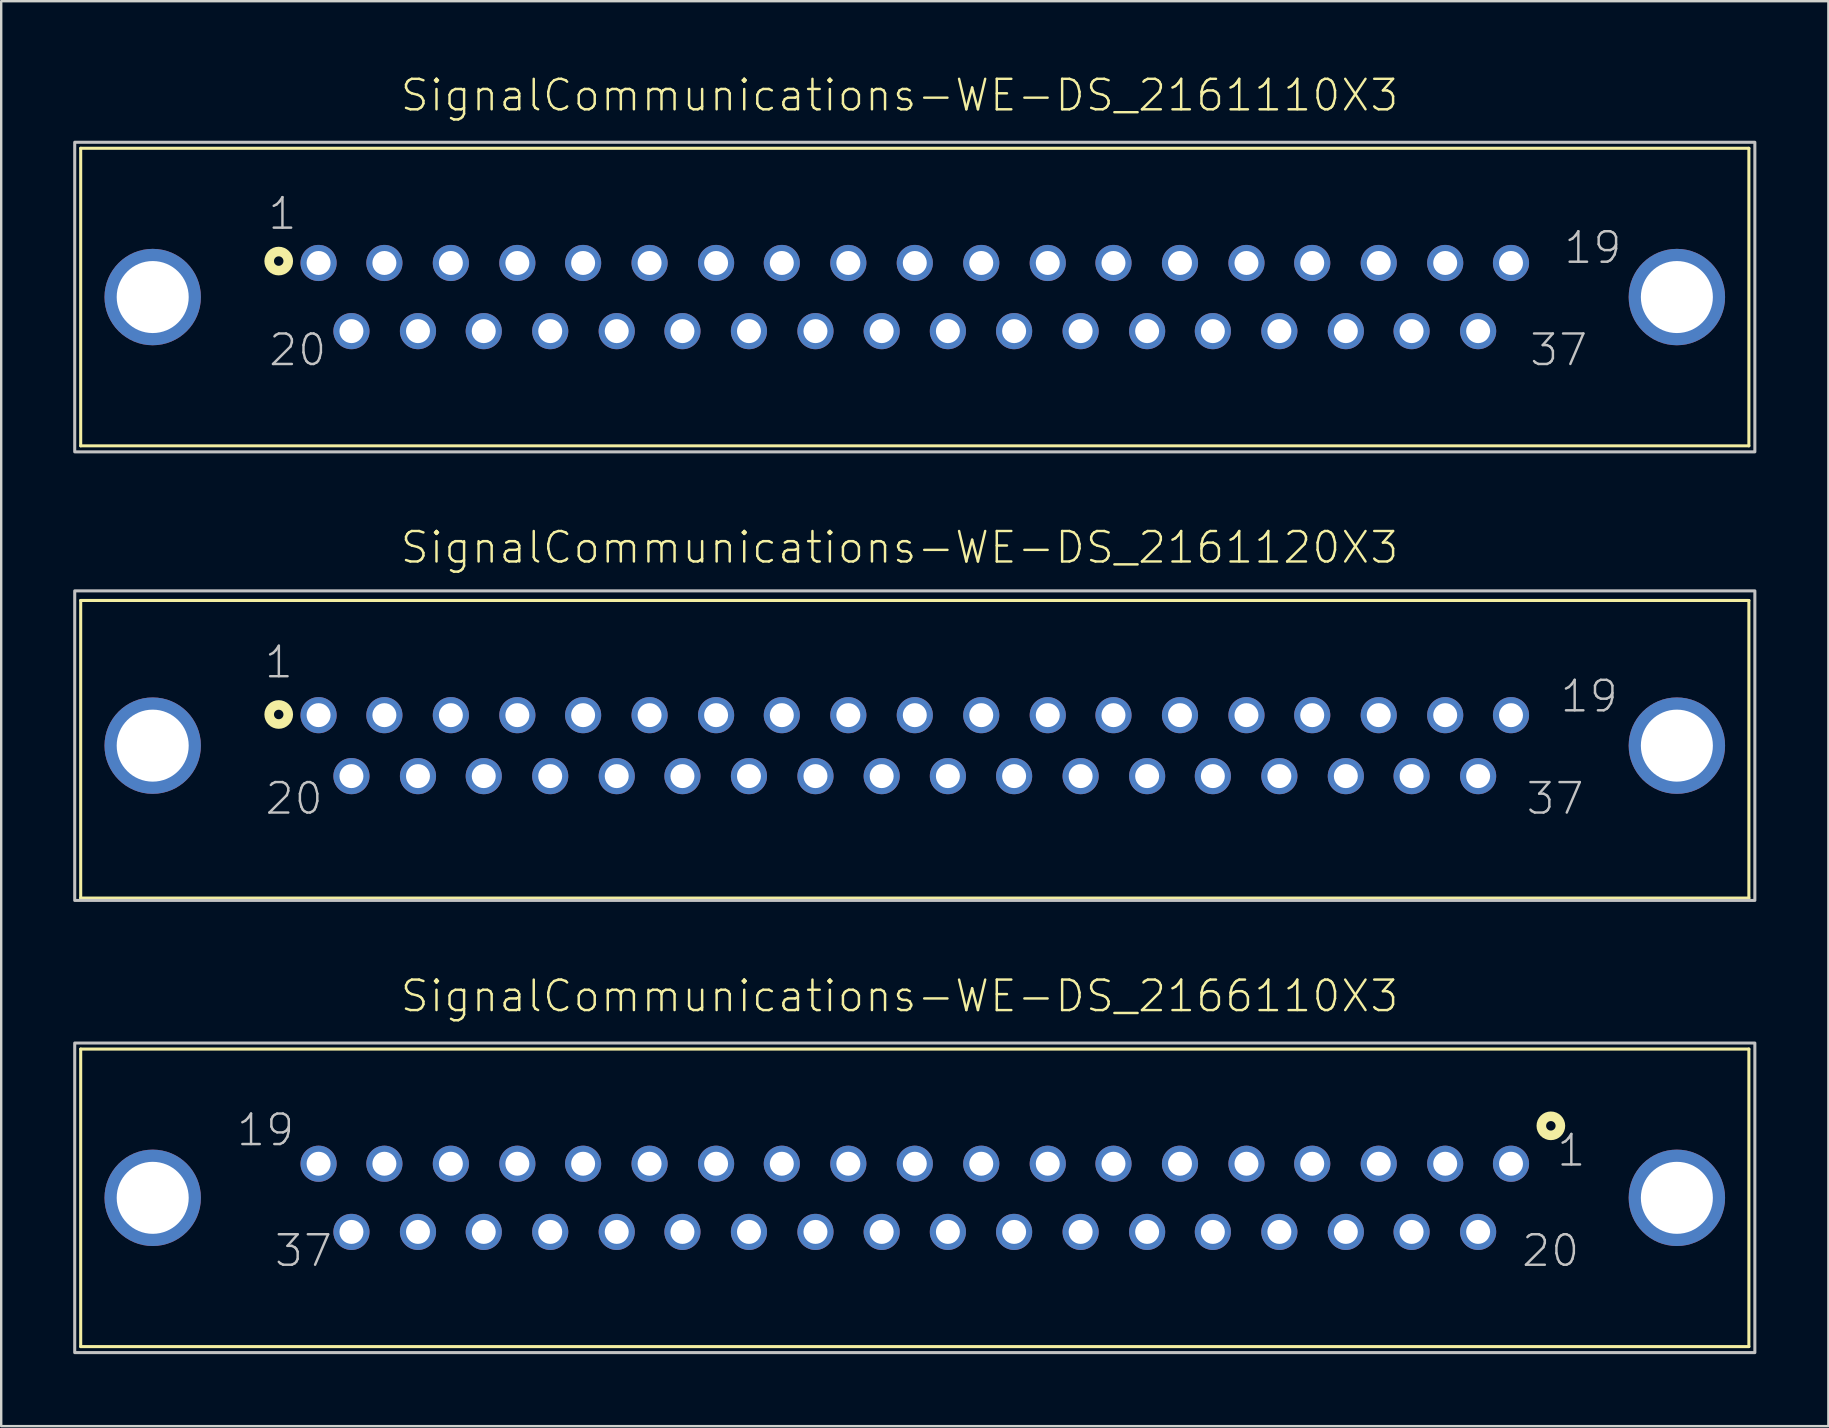
<source format=kicad_pcb>
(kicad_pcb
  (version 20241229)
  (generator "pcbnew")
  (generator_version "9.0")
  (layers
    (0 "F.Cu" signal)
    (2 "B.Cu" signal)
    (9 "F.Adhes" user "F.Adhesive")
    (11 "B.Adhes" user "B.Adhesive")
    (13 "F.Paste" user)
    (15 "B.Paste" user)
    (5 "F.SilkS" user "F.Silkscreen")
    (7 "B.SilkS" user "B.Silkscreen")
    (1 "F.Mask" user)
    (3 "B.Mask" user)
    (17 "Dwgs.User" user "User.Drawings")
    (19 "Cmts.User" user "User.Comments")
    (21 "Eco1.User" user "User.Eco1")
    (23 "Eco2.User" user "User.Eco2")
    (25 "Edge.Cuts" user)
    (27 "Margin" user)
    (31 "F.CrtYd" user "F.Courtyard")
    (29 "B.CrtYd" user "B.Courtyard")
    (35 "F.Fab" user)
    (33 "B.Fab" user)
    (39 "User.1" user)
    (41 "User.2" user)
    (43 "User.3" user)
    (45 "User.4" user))
  (footprint "SignalCommunications-WE-DS_2161120X3"
    (layer "F.Cu")
    (at 35.062 28.015)
    (property "Reference" "SignalCommunications-WE-DS_2161120X3" (at -0.635 -8.255 0) (layer "F.SilkS") (effects (font (size 1.27 1.27) (thickness 0.102))))
    (attr exclude_from_pos_files exclude_from_bom)
    (fp_line (start -34.75 -6.048) (end -34.75 6.35) (stroke (width 0.127) (type solid)) (layer "F.SilkS"))
    (fp_line (start -34.75 -6.048) (end 34.75 -6.048) (stroke (width 0.127) (type solid)) (layer "F.SilkS"))
    (fp_line (start -34.75 6.35) (end 34.75 6.35) (stroke (width 0.127) (type solid)) (layer "F.SilkS"))
    (fp_line (start 34.75 -6.048) (end 34.75 6.35) (stroke (width 0.127) (type solid)) (layer "F.SilkS"))
    (fp_circle (center -26.5 -1.298) (end -26.5 -1.496) (stroke (width 0.399) (type solid)) (fill no) (layer "F.SilkS"))
    (fp_poly (pts (xy -34.999 -6.449) (xy 34.999 -6.449) (xy 34.999 6.449) (xy -34.999 6.449) (xy -34.999 -6.449)) (stroke (width 0.127) (type solid)) (fill no) (layer "Dwgs.User"))
    (fp_text user "1" (at -26.495 -3.475 0) (layer "Dwgs.User") (effects (font (size 1.27 1.27) (thickness 0.102))))
    (fp_text user "19" (at 28.097 -2.055 0) (layer "Dwgs.User") (effects (font (size 1.27 1.27) (thickness 0.102))))
    (fp_text user "20" (at -25.86 2.205 0) (layer "Dwgs.User") (effects (font (size 1.27 1.27) (thickness 0.102))))
    (fp_text user "37" (at 26.678 2.205 0) (layer "Dwgs.User") (effects (font (size 1.27 1.27) (thickness 0.102))))
    (pad "1" thru_hole circle (at -24.839 -1.27) (size 1.506 1.506) (drill 0.998) (layers "*.Cu" "*.Paste" "*.Mask"))
    (pad "2" thru_hole circle (at -22.098 -1.27) (size 1.506 1.506) (drill 0.998) (layers "*.Cu" "*.Paste" "*.Mask"))
    (pad "3" thru_hole circle (at -19.329 -1.27) (size 1.506 1.506) (drill 0.998) (layers "*.Cu" "*.Paste" "*.Mask"))
    (pad "4" thru_hole circle (at -16.558 -1.27) (size 1.506 1.506) (drill 0.998) (layers "*.Cu" "*.Paste" "*.Mask"))
    (pad "5" thru_hole circle (at -13.818 -1.27) (size 1.506 1.506) (drill 0.998) (layers "*.Cu" "*.Paste" "*.Mask"))
    (pad "6" thru_hole circle (at -11.049 -1.27) (size 1.506 1.506) (drill 0.998) (layers "*.Cu" "*.Paste" "*.Mask"))
    (pad "7" thru_hole circle (at -8.278 -1.27) (size 1.506 1.506) (drill 0.998) (layers "*.Cu" "*.Paste" "*.Mask"))
    (pad "8" thru_hole circle (at -5.54 -1.27) (size 1.506 1.506) (drill 0.998) (layers "*.Cu" "*.Paste" "*.Mask"))
    (pad "9" thru_hole circle (at -2.769 -1.27) (size 1.506 1.506) (drill 0.998) (layers "*.Cu" "*.Paste" "*.Mask"))
    (pad "10" thru_hole circle (at 0 -1.27) (size 1.506 1.506) (drill 0.998) (layers "*.Cu" "*.Paste" "*.Mask"))
    (pad "11" thru_hole circle (at 2.769 -1.27) (size 1.506 1.506) (drill 0.998) (layers "*.Cu" "*.Paste" "*.Mask"))
    (pad "12" thru_hole circle (at 5.54 -1.27) (size 1.506 1.506) (drill 0.998) (layers "*.Cu" "*.Paste" "*.Mask"))
    (pad "13" thru_hole circle (at 8.278 -1.27) (size 1.506 1.506) (drill 0.998) (layers "*.Cu" "*.Paste" "*.Mask"))
    (pad "14" thru_hole circle (at 11.049 -1.27) (size 1.506 1.506) (drill 0.998) (layers "*.Cu" "*.Paste" "*.Mask"))
    (pad "15" thru_hole circle (at 13.818 -1.27) (size 1.506 1.506) (drill 0.998) (layers "*.Cu" "*.Paste" "*.Mask"))
    (pad "16" thru_hole circle (at 16.558 -1.27) (size 1.506 1.506) (drill 0.998) (layers "*.Cu" "*.Paste" "*.Mask"))
    (pad "17" thru_hole circle (at 19.329 -1.27) (size 1.506 1.506) (drill 0.998) (layers "*.Cu" "*.Paste" "*.Mask"))
    (pad "18" thru_hole circle (at 22.098 -1.27) (size 1.506 1.506) (drill 0.998) (layers "*.Cu" "*.Paste" "*.Mask"))
    (pad "19" thru_hole circle (at 24.839 -1.27) (size 1.506 1.506) (drill 0.998) (layers "*.Cu" "*.Paste" "*.Mask"))
    (pad "20" thru_hole circle (at -23.47 1.27) (size 1.506 1.506) (drill 0.998) (layers "*.Cu" "*.Paste" "*.Mask"))
    (pad "21" thru_hole circle (at -20.698 1.27) (size 1.506 1.506) (drill 0.998) (layers "*.Cu" "*.Paste" "*.Mask"))
    (pad "22" thru_hole circle (at -17.958 1.27) (size 1.506 1.506) (drill 0.998) (layers "*.Cu" "*.Paste" "*.Mask"))
    (pad "23" thru_hole circle (at -15.189 1.27) (size 1.506 1.506) (drill 0.998) (layers "*.Cu" "*.Paste" "*.Mask"))
    (pad "24" thru_hole circle (at -12.418 1.27) (size 1.506 1.506) (drill 0.998) (layers "*.Cu" "*.Paste" "*.Mask"))
    (pad "25" thru_hole circle (at -9.68 1.27) (size 1.506 1.506) (drill 0.998) (layers "*.Cu" "*.Paste" "*.Mask"))
    (pad "26" thru_hole circle (at -6.909 1.27) (size 1.506 1.506) (drill 0.998) (layers "*.Cu" "*.Paste" "*.Mask"))
    (pad "27" thru_hole circle (at -4.138 1.27) (size 1.506 1.506) (drill 0.998) (layers "*.Cu" "*.Paste" "*.Mask"))
    (pad "28" thru_hole circle (at -1.379 1.27) (size 1.506 1.506) (drill 0.998) (layers "*.Cu" "*.Paste" "*.Mask"))
    (pad "29" thru_hole circle (at 1.379 1.27) (size 1.506 1.506) (drill 0.998) (layers "*.Cu" "*.Paste" "*.Mask"))
    (pad "30" thru_hole circle (at 4.138 1.27) (size 1.506 1.506) (drill 0.998) (layers "*.Cu" "*.Paste" "*.Mask"))
    (pad "31" thru_hole circle (at 6.909 1.27) (size 1.506 1.506) (drill 0.998) (layers "*.Cu" "*.Paste" "*.Mask"))
    (pad "32" thru_hole circle (at 9.68 1.27) (size 1.506 1.506) (drill 0.998) (layers "*.Cu" "*.Paste" "*.Mask"))
    (pad "33" thru_hole circle (at 12.418 1.27) (size 1.506 1.506) (drill 0.998) (layers "*.Cu" "*.Paste" "*.Mask"))
    (pad "34" thru_hole circle (at 15.189 1.27) (size 1.506 1.506) (drill 0.998) (layers "*.Cu" "*.Paste" "*.Mask"))
    (pad "35" thru_hole circle (at 17.958 1.27) (size 1.506 1.506) (drill 0.998) (layers "*.Cu" "*.Paste" "*.Mask"))
    (pad "36" thru_hole circle (at 20.698 1.27) (size 1.506 1.506) (drill 0.998) (layers "*.Cu" "*.Paste" "*.Mask"))
    (pad "37" thru_hole circle (at 23.47 1.27) (size 1.506 1.506) (drill 0.998) (layers "*.Cu" "*.Paste" "*.Mask"))
    (pad "GND1" thru_hole circle (at -31.75 0) (size 4.016 4.016) (drill 3) (layers "*.Cu" "*.Paste" "*.Mask"))
    (pad "GND2" thru_hole circle (at 31.75 0) (size 4.016 4.016) (drill 3) (layers "*.Cu" "*.Paste" "*.Mask")))
  (footprint "SignalCommunications-WE-DS_2161110X3"
    (layer "F.Cu")
    (at 35.062 9.326)
    (property "Reference" "SignalCommunications-WE-DS_2161110X3" (at -0.635 -8.405 0) (layer "F.SilkS") (effects (font (size 1.27 1.27) (thickness 0.102))))
    (attr exclude_from_pos_files exclude_from_bom)
    (fp_line (start -34.75 -6.198) (end -34.75 6.198) (stroke (width 0.127) (type solid)) (layer "F.SilkS"))
    (fp_line (start -34.75 -6.198) (end 34.75 -6.198) (stroke (width 0.127) (type solid)) (layer "F.SilkS"))
    (fp_line (start -34.75 6.198) (end 34.75 6.198) (stroke (width 0.127) (type solid)) (layer "F.SilkS"))
    (fp_line (start 34.75 -6.198) (end 34.75 6.198) (stroke (width 0.127) (type solid)) (layer "F.SilkS"))
    (fp_circle (center -26.5 -1.499) (end -26.5 -1.697) (stroke (width 0.399) (type solid)) (fill no) (layer "F.SilkS"))
    (fp_poly (pts (xy -34.999 -6.449) (xy 34.999 -6.449) (xy 34.999 6.449) (xy -34.999 6.449) (xy -34.999 -6.449)) (stroke (width 0.127) (type solid)) (fill no) (layer "Dwgs.User"))
    (fp_text user "19" (at 28.25 -2.055 0) (layer "Dwgs.User") (effects (font (size 1.27 1.27) (thickness 0.102))))
    (fp_text user "1" (at -26.345 -3.475 0) (layer "Dwgs.User") (effects (font (size 1.27 1.27) (thickness 0.102))))
    (fp_text user "20" (at -25.71 2.205 0) (layer "Dwgs.User") (effects (font (size 1.27 1.27) (thickness 0.102))))
    (fp_text user "37" (at 26.827 2.205 0) (layer "Dwgs.User") (effects (font (size 1.27 1.27) (thickness 0.102))))
    (pad "1" thru_hole circle (at -24.839 -1.42) (size 1.506 1.506) (drill 0.998) (layers "*.Cu" "*.Paste" "*.Mask"))
    (pad "2" thru_hole circle (at -22.098 -1.42) (size 1.506 1.506) (drill 0.998) (layers "*.Cu" "*.Paste" "*.Mask"))
    (pad "3" thru_hole circle (at -19.329 -1.42) (size 1.506 1.506) (drill 0.998) (layers "*.Cu" "*.Paste" "*.Mask"))
    (pad "4" thru_hole circle (at -16.558 -1.42) (size 1.506 1.506) (drill 0.998) (layers "*.Cu" "*.Paste" "*.Mask"))
    (pad "5" thru_hole circle (at -13.818 -1.42) (size 1.506 1.506) (drill 0.998) (layers "*.Cu" "*.Paste" "*.Mask"))
    (pad "6" thru_hole circle (at -11.049 -1.42) (size 1.506 1.506) (drill 0.998) (layers "*.Cu" "*.Paste" "*.Mask"))
    (pad "7" thru_hole circle (at -8.278 -1.42) (size 1.506 1.506) (drill 0.998) (layers "*.Cu" "*.Paste" "*.Mask"))
    (pad "8" thru_hole circle (at -5.54 -1.42) (size 1.506 1.506) (drill 0.998) (layers "*.Cu" "*.Paste" "*.Mask"))
    (pad "9" thru_hole circle (at -2.769 -1.42) (size 1.506 1.506) (drill 0.998) (layers "*.Cu" "*.Paste" "*.Mask"))
    (pad "10" thru_hole circle (at 0 -1.42) (size 1.506 1.506) (drill 0.998) (layers "*.Cu" "*.Paste" "*.Mask"))
    (pad "11" thru_hole circle (at 2.769 -1.42) (size 1.506 1.506) (drill 0.998) (layers "*.Cu" "*.Paste" "*.Mask"))
    (pad "12" thru_hole circle (at 5.54 -1.42) (size 1.506 1.506) (drill 0.998) (layers "*.Cu" "*.Paste" "*.Mask"))
    (pad "13" thru_hole circle (at 8.278 -1.42) (size 1.506 1.506) (drill 0.998) (layers "*.Cu" "*.Paste" "*.Mask"))
    (pad "14" thru_hole circle (at 11.049 -1.42) (size 1.506 1.506) (drill 0.998) (layers "*.Cu" "*.Paste" "*.Mask"))
    (pad "15" thru_hole circle (at 13.818 -1.42) (size 1.506 1.506) (drill 0.998) (layers "*.Cu" "*.Paste" "*.Mask"))
    (pad "16" thru_hole circle (at 16.558 -1.42) (size 1.506 1.506) (drill 0.998) (layers "*.Cu" "*.Paste" "*.Mask"))
    (pad "17" thru_hole circle (at 19.329 -1.42) (size 1.506 1.506) (drill 0.998) (layers "*.Cu" "*.Paste" "*.Mask"))
    (pad "18" thru_hole circle (at 22.098 -1.42) (size 1.506 1.506) (drill 0.998) (layers "*.Cu" "*.Paste" "*.Mask"))
    (pad "19" thru_hole circle (at 24.839 -1.42) (size 1.506 1.506) (drill 0.998) (layers "*.Cu" "*.Paste" "*.Mask"))
    (pad "20" thru_hole circle (at -23.47 1.42) (size 1.506 1.506) (drill 0.998) (layers "*.Cu" "*.Paste" "*.Mask"))
    (pad "21" thru_hole circle (at -20.698 1.42) (size 1.506 1.506) (drill 0.998) (layers "*.Cu" "*.Paste" "*.Mask"))
    (pad "22" thru_hole circle (at -17.958 1.42) (size 1.506 1.506) (drill 0.998) (layers "*.Cu" "*.Paste" "*.Mask"))
    (pad "23" thru_hole circle (at -15.189 1.42) (size 1.506 1.506) (drill 0.998) (layers "*.Cu" "*.Paste" "*.Mask"))
    (pad "24" thru_hole circle (at -12.418 1.42) (size 1.506 1.506) (drill 0.998) (layers "*.Cu" "*.Paste" "*.Mask"))
    (pad "25" thru_hole circle (at -9.68 1.42) (size 1.506 1.506) (drill 0.998) (layers "*.Cu" "*.Paste" "*.Mask"))
    (pad "26" thru_hole circle (at -6.909 1.42) (size 1.506 1.506) (drill 0.998) (layers "*.Cu" "*.Paste" "*.Mask"))
    (pad "27" thru_hole circle (at -4.138 1.42) (size 1.506 1.506) (drill 0.998) (layers "*.Cu" "*.Paste" "*.Mask"))
    (pad "28" thru_hole circle (at -1.379 1.42) (size 1.506 1.506) (drill 0.998) (layers "*.Cu" "*.Paste" "*.Mask"))
    (pad "29" thru_hole circle (at 1.379 1.42) (size 1.506 1.506) (drill 0.998) (layers "*.Cu" "*.Paste" "*.Mask"))
    (pad "30" thru_hole circle (at 4.138 1.42) (size 1.506 1.506) (drill 0.998) (layers "*.Cu" "*.Paste" "*.Mask"))
    (pad "31" thru_hole circle (at 6.909 1.42) (size 1.506 1.506) (drill 0.998) (layers "*.Cu" "*.Paste" "*.Mask"))
    (pad "32" thru_hole circle (at 9.68 1.42) (size 1.506 1.506) (drill 0.998) (layers "*.Cu" "*.Paste" "*.Mask"))
    (pad "33" thru_hole circle (at 12.418 1.42) (size 1.506 1.506) (drill 0.998) (layers "*.Cu" "*.Paste" "*.Mask"))
    (pad "34" thru_hole circle (at 15.189 1.42) (size 1.506 1.506) (drill 0.998) (layers "*.Cu" "*.Paste" "*.Mask"))
    (pad "35" thru_hole circle (at 17.958 1.42) (size 1.506 1.506) (drill 0.998) (layers "*.Cu" "*.Paste" "*.Mask"))
    (pad "36" thru_hole circle (at 20.698 1.42) (size 1.506 1.506) (drill 0.998) (layers "*.Cu" "*.Paste" "*.Mask"))
    (pad "37" thru_hole circle (at 23.47 1.42) (size 1.506 1.506) (drill 0.998) (layers "*.Cu" "*.Paste" "*.Mask"))
    (pad "GND1" thru_hole circle (at -31.75 0) (size 4.016 4.016) (drill 3) (layers "*.Cu" "*.Paste" "*.Mask"))
    (pad "GND2" thru_hole circle (at 31.75 0) (size 4.016 4.016) (drill 3) (layers "*.Cu" "*.Paste" "*.Mask")))
  (footprint "SignalCommunications-WE-DS_2166110X3"
    (layer "F.Cu")
    (at 35.062 46.854)
    (property "Reference" "SignalCommunications-WE-DS_2166110X3" (at -0.635 -8.405 0) (layer "F.SilkS") (effects (font (size 1.27 1.27) (thickness 0.102))))
    (attr exclude_from_pos_files exclude_from_bom)
    (fp_line (start -34.75 -6.198) (end -34.75 6.198) (stroke (width 0.127) (type solid)) (layer "F.SilkS"))
    (fp_line (start -34.75 -6.198) (end 34.75 -6.198) (stroke (width 0.127) (type solid)) (layer "F.SilkS"))
    (fp_line (start -34.75 6.198) (end 34.75 6.198) (stroke (width 0.127) (type solid)) (layer "F.SilkS"))
    (fp_line (start 34.75 -6.198) (end 34.75 6.198) (stroke (width 0.127) (type solid)) (layer "F.SilkS"))
    (fp_circle (center 26.5 -3) (end 26.5 -3.198) (stroke (width 0.399) (type solid)) (fill no) (layer "F.SilkS"))
    (fp_poly (pts (xy -34.999 -6.449) (xy 34.999 -6.449) (xy 34.999 6.449) (xy -34.999 6.449) (xy -34.999 -6.449)) (stroke (width 0.127) (type solid)) (fill no) (layer "Dwgs.User"))
    (fp_text user "37" (at -25.469 2.205 0) (layer "Dwgs.User") (effects (font (size 1.27 1.27) (thickness 0.102))))
    (fp_text user "1" (at 27.353 -1.974 0) (layer "Dwgs.User") (effects (font (size 1.27 1.27) (thickness 0.102))))
    (fp_text user "20" (at 26.49 2.205 0) (layer "Dwgs.User") (effects (font (size 1.27 1.27) (thickness 0.102))))
    (fp_text user "19" (at -27.048 -2.824 0) (layer "Dwgs.User") (effects (font (size 1.27 1.27) (thickness 0.102))))
    (pad "1" thru_hole circle (at 24.839 -1.42) (size 1.506 1.506) (drill 0.998) (layers "*.Cu" "*.Paste" "*.Mask"))
    (pad "2" thru_hole circle (at 22.098 -1.42) (size 1.506 1.506) (drill 0.998) (layers "*.Cu" "*.Paste" "*.Mask"))
    (pad "3" thru_hole circle (at 19.329 -1.42) (size 1.506 1.506) (drill 0.998) (layers "*.Cu" "*.Paste" "*.Mask"))
    (pad "4" thru_hole circle (at 16.558 -1.42) (size 1.506 1.506) (drill 0.998) (layers "*.Cu" "*.Paste" "*.Mask"))
    (pad "5" thru_hole circle (at 13.818 -1.42) (size 1.506 1.506) (drill 0.998) (layers "*.Cu" "*.Paste" "*.Mask"))
    (pad "6" thru_hole circle (at 11.049 -1.42) (size 1.506 1.506) (drill 0.998) (layers "*.Cu" "*.Paste" "*.Mask"))
    (pad "7" thru_hole circle (at 8.278 -1.42) (size 1.506 1.506) (drill 0.998) (layers "*.Cu" "*.Paste" "*.Mask"))
    (pad "8" thru_hole circle (at 5.54 -1.42) (size 1.506 1.506) (drill 0.998) (layers "*.Cu" "*.Paste" "*.Mask"))
    (pad "9" thru_hole circle (at 2.769 -1.42) (size 1.506 1.506) (drill 0.998) (layers "*.Cu" "*.Paste" "*.Mask"))
    (pad "10" thru_hole circle (at 0 -1.42) (size 1.506 1.506) (drill 0.998) (layers "*.Cu" "*.Paste" "*.Mask"))
    (pad "11" thru_hole circle (at -2.769 -1.42) (size 1.506 1.506) (drill 0.998) (layers "*.Cu" "*.Paste" "*.Mask"))
    (pad "12" thru_hole circle (at -5.54 -1.42) (size 1.506 1.506) (drill 0.998) (layers "*.Cu" "*.Paste" "*.Mask"))
    (pad "13" thru_hole circle (at -8.278 -1.42) (size 1.506 1.506) (drill 0.998) (layers "*.Cu" "*.Paste" "*.Mask"))
    (pad "14" thru_hole circle (at -11.049 -1.42) (size 1.506 1.506) (drill 0.998) (layers "*.Cu" "*.Paste" "*.Mask"))
    (pad "15" thru_hole circle (at -13.818 -1.42) (size 1.506 1.506) (drill 0.998) (layers "*.Cu" "*.Paste" "*.Mask"))
    (pad "16" thru_hole circle (at -16.558 -1.42) (size 1.506 1.506) (drill 0.998) (layers "*.Cu" "*.Paste" "*.Mask"))
    (pad "17" thru_hole circle (at -19.329 -1.42) (size 1.506 1.506) (drill 0.998) (layers "*.Cu" "*.Paste" "*.Mask"))
    (pad "18" thru_hole circle (at -22.098 -1.42) (size 1.506 1.506) (drill 0.998) (layers "*.Cu" "*.Paste" "*.Mask"))
    (pad "19" thru_hole circle (at -24.839 -1.42) (size 1.506 1.506) (drill 0.998) (layers "*.Cu" "*.Paste" "*.Mask"))
    (pad "20" thru_hole circle (at 23.47 1.42) (size 1.506 1.506) (drill 0.998) (layers "*.Cu" "*.Paste" "*.Mask"))
    (pad "21" thru_hole circle (at 20.698 1.42) (size 1.506 1.506) (drill 0.998) (layers "*.Cu" "*.Paste" "*.Mask"))
    (pad "22" thru_hole circle (at 17.958 1.42) (size 1.506 1.506) (drill 0.998) (layers "*.Cu" "*.Paste" "*.Mask"))
    (pad "23" thru_hole circle (at 15.189 1.42) (size 1.506 1.506) (drill 0.998) (layers "*.Cu" "*.Paste" "*.Mask"))
    (pad "24" thru_hole circle (at 12.418 1.42) (size 1.506 1.506) (drill 0.998) (layers "*.Cu" "*.Paste" "*.Mask"))
    (pad "25" thru_hole circle (at 9.68 1.42) (size 1.506 1.506) (drill 0.998) (layers "*.Cu" "*.Paste" "*.Mask"))
    (pad "26" thru_hole circle (at 6.909 1.42) (size 1.506 1.506) (drill 0.998) (layers "*.Cu" "*.Paste" "*.Mask"))
    (pad "27" thru_hole circle (at 4.138 1.42) (size 1.506 1.506) (drill 0.998) (layers "*.Cu" "*.Paste" "*.Mask"))
    (pad "28" thru_hole circle (at 1.379 1.42) (size 1.506 1.506) (drill 0.998) (layers "*.Cu" "*.Paste" "*.Mask"))
    (pad "29" thru_hole circle (at -1.379 1.42) (size 1.506 1.506) (drill 0.998) (layers "*.Cu" "*.Paste" "*.Mask"))
    (pad "30" thru_hole circle (at -4.138 1.42) (size 1.506 1.506) (drill 0.998) (layers "*.Cu" "*.Paste" "*.Mask"))
    (pad "31" thru_hole circle (at -6.909 1.42) (size 1.506 1.506) (drill 0.998) (layers "*.Cu" "*.Paste" "*.Mask"))
    (pad "32" thru_hole circle (at -9.68 1.42) (size 1.506 1.506) (drill 0.998) (layers "*.Cu" "*.Paste" "*.Mask"))
    (pad "33" thru_hole circle (at -12.418 1.42) (size 1.506 1.506) (drill 0.998) (layers "*.Cu" "*.Paste" "*.Mask"))
    (pad "34" thru_hole circle (at -15.189 1.42) (size 1.506 1.506) (drill 0.998) (layers "*.Cu" "*.Paste" "*.Mask"))
    (pad "35" thru_hole circle (at -17.958 1.42) (size 1.506 1.506) (drill 0.998) (layers "*.Cu" "*.Paste" "*.Mask"))
    (pad "36" thru_hole circle (at -20.698 1.42) (size 1.506 1.506) (drill 0.998) (layers "*.Cu" "*.Paste" "*.Mask"))
    (pad "37" thru_hole circle (at -23.47 1.42) (size 1.506 1.506) (drill 0.998) (layers "*.Cu" "*.Paste" "*.Mask"))
    (pad "GND1" thru_hole circle (at -31.75 0) (size 4.016 4.016) (drill 3) (layers "*.Cu" "*.Paste" "*.Mask"))
    (pad "GND2" thru_hole circle (at 31.75 0) (size 4.016 4.016) (drill 3) (layers "*.Cu" "*.Paste" "*.Mask")))
  (gr_rect
    (start -3 -3)
    (end 73.124 56.366)
    (stroke (width 0.1) (type default))
    (fill no)
    (layer "Edge.Cuts")))
</source>
